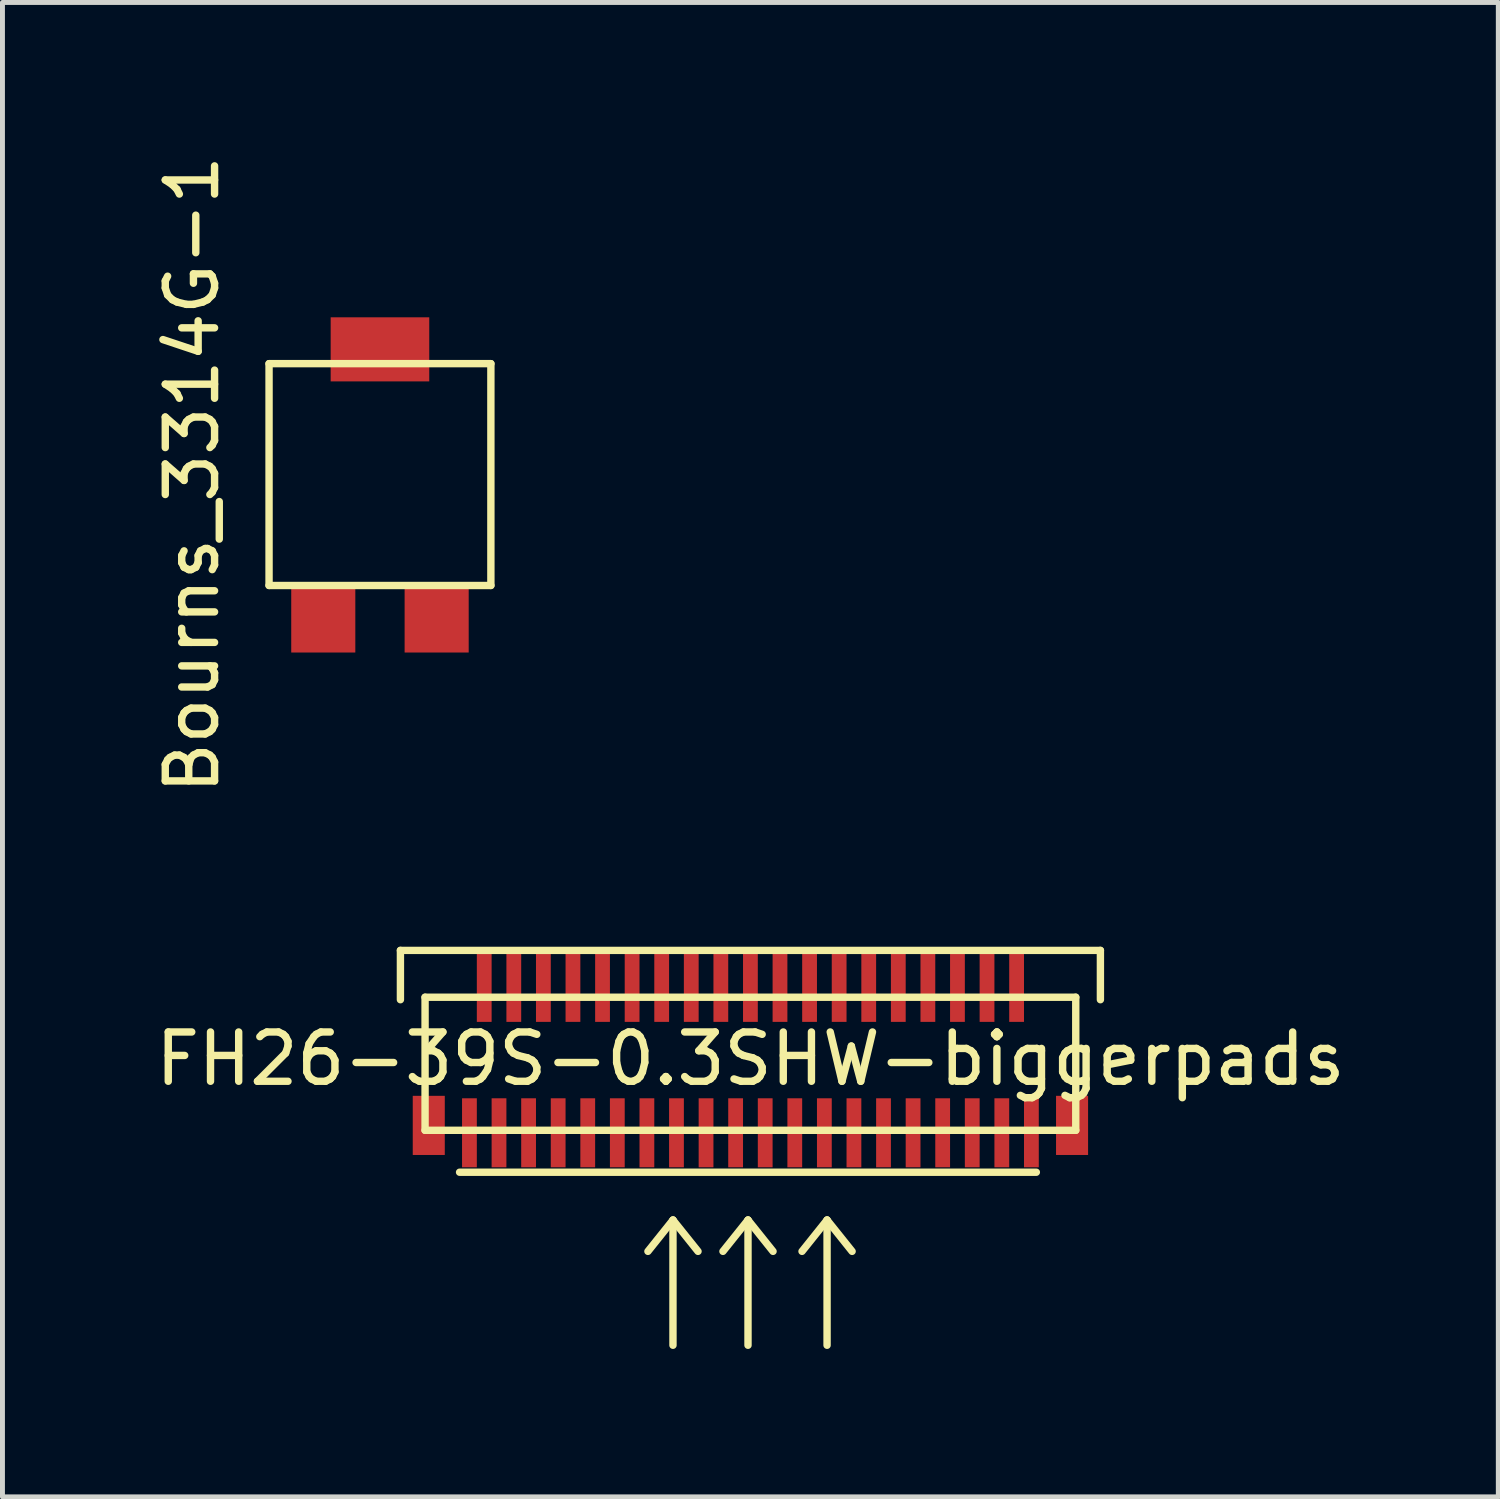
<source format=kicad_pcb>
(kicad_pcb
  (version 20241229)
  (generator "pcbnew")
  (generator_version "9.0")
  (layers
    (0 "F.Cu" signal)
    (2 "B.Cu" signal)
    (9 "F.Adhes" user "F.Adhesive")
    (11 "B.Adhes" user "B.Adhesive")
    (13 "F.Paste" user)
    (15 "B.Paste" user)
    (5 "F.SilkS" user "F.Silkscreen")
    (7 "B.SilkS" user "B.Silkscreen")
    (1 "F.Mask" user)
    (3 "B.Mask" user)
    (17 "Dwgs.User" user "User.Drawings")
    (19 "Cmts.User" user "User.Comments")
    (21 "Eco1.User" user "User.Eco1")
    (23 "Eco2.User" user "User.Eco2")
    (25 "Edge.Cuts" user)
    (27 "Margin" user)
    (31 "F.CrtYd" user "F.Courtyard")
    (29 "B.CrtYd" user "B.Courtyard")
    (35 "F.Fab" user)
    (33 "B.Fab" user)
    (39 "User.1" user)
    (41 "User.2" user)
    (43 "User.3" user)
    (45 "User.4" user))
  (footprint "FH26-39S-0.3SHW-biggerpads"
    (layer "F.Cu")
    (at 6.473 19.53)
    (property "Reference" "FH26-39S-0.3SHW-biggerpads" (at 5.7 -1.1 0) (layer "F.SilkS") (effects (font (size 1 1) (thickness 0.15))))
    (attr through_hole)
    (fp_line (start -1.4 -3.3) (end -1.4 -2.3) (stroke (width 0.15) (type solid)) (layer "F.SilkS"))
    (fp_line (start -1.4 -3.3) (end 12.8 -3.3) (stroke (width 0.15) (type solid)) (layer "F.SilkS"))
    (fp_line (start -0.9 -2.35) (end -0.9 0.35) (stroke (width 0.15) (type solid)) (layer "F.SilkS"))
    (fp_line (start -0.9 0.35) (end 12.3 0.35) (stroke (width 0.15) (type solid)) (layer "F.SilkS"))
    (fp_line (start -0.2 1.2) (end 11.5 1.2) (stroke (width 0.15) (type solid)) (layer "F.SilkS"))
    (fp_line (start 4.129 2.17) (end 3.621 2.805) (stroke (width 0.15) (type solid)) (layer "F.SilkS"))
    (fp_line (start 4.129 2.17) (end 4.637 2.805) (stroke (width 0.15) (type solid)) (layer "F.SilkS"))
    (fp_line (start 4.129 4.71) (end 4.129 2.17) (stroke (width 0.15) (type solid)) (layer "F.SilkS"))
    (fp_line (start 5.651 2.17) (end 5.143 2.805) (stroke (width 0.15) (type solid)) (layer "F.SilkS"))
    (fp_line (start 5.651 2.17) (end 6.159 2.805) (stroke (width 0.15) (type solid)) (layer "F.SilkS"))
    (fp_line (start 5.651 4.71) (end 5.651 2.17) (stroke (width 0.15) (type solid)) (layer "F.SilkS"))
    (fp_line (start 7.255 2.17) (end 6.747 2.805) (stroke (width 0.15) (type solid)) (layer "F.SilkS"))
    (fp_line (start 7.255 2.17) (end 7.763 2.805) (stroke (width 0.15) (type solid)) (layer "F.SilkS"))
    (fp_line (start 7.255 4.71) (end 7.255 2.17) (stroke (width 0.15) (type solid)) (layer "F.SilkS"))
    (fp_line (start 12.3 -2.35) (end -0.9 -2.35) (stroke (width 0.15) (type solid)) (layer "F.SilkS"))
    (fp_line (start 12.3 0.35) (end 12.3 -2.35) (stroke (width 0.15) (type solid)) (layer "F.SilkS"))
    (fp_line (start 12.8 -3.3) (end 12.8 -2.3) (stroke (width 0.15) (type solid)) (layer "F.SilkS"))
    (pad "1" smd rect (at 0 0) (size 0.3 1.4) (drill (offset 0 0.4)) (layers "F.Cu" "F.Mask" "F.Paste"))
    (pad "2" smd rect (at 0.3 -2.15) (size 0.3 1.4) (drill (offset 0 -0.4)) (layers "F.Cu" "F.Mask" "F.Paste"))
    (pad "3" smd rect (at 0.6 0) (size 0.3 1.4) (drill (offset 0 0.4)) (layers "F.Cu" "F.Mask" "F.Paste"))
    (pad "4" smd rect (at 0.9 -2.15) (size 0.3 1.4) (drill (offset 0 -0.4)) (layers "F.Cu" "F.Mask" "F.Paste"))
    (pad "5" smd rect (at 1.2 0) (size 0.3 1.4) (drill (offset 0 0.4)) (layers "F.Cu" "F.Mask" "F.Paste"))
    (pad "6" smd rect (at 1.5 -2.15) (size 0.3 1.4) (drill (offset 0 -0.4)) (layers "F.Cu" "F.Mask" "F.Paste"))
    (pad "7" smd rect (at 1.8 0) (size 0.3 1.4) (drill (offset 0 0.4)) (layers "F.Cu" "F.Mask" "F.Paste"))
    (pad "8" smd rect (at 2.1 -2.15) (size 0.3 1.4) (drill (offset 0 -0.4)) (layers "F.Cu" "F.Mask" "F.Paste"))
    (pad "9" smd rect (at 2.4 0) (size 0.3 1.4) (drill (offset 0 0.4)) (layers "F.Cu" "F.Mask" "F.Paste"))
    (pad "10" smd rect (at 2.7 -2.15) (size 0.3 1.4) (drill (offset 0 -0.4)) (layers "F.Cu" "F.Mask" "F.Paste"))
    (pad "11" smd rect (at 3 0) (size 0.3 1.4) (drill (offset 0 0.4)) (layers "F.Cu" "F.Mask" "F.Paste"))
    (pad "12" smd rect (at 3.3 -2.15) (size 0.3 1.4) (drill (offset 0 -0.4)) (layers "F.Cu" "F.Mask" "F.Paste"))
    (pad "13" smd rect (at 3.6 0) (size 0.3 1.4) (drill (offset 0 0.4)) (layers "F.Cu" "F.Mask" "F.Paste"))
    (pad "14" smd rect (at 3.9 -2.15) (size 0.3 1.4) (drill (offset 0 -0.4)) (layers "F.Cu" "F.Mask" "F.Paste"))
    (pad "15" smd rect (at 4.2 0) (size 0.3 1.4) (drill (offset 0 0.4)) (layers "F.Cu" "F.Mask" "F.Paste"))
    (pad "16" smd rect (at 4.5 -2.15) (size 0.3 1.4) (drill (offset 0 -0.4)) (layers "F.Cu" "F.Mask" "F.Paste"))
    (pad "17" smd rect (at 4.8 0) (size 0.3 1.4) (drill (offset 0 0.4)) (layers "F.Cu" "F.Mask" "F.Paste"))
    (pad "18" smd rect (at 5.1 -2.15) (size 0.3 1.4) (drill (offset 0 -0.4)) (layers "F.Cu" "F.Mask" "F.Paste"))
    (pad "19" smd rect (at 5.4 0) (size 0.3 1.4) (drill (offset 0 0.4)) (layers "F.Cu" "F.Mask" "F.Paste"))
    (pad "20" smd rect (at 5.7 -2.15) (size 0.3 1.4) (drill (offset 0 -0.4)) (layers "F.Cu" "F.Mask" "F.Paste"))
    (pad "21" smd rect (at 6 0) (size 0.3 1.4) (drill (offset 0 0.4)) (layers "F.Cu" "F.Mask" "F.Paste"))
    (pad "22" smd rect (at 6.3 -2.15) (size 0.3 1.4) (drill (offset 0 -0.4)) (layers "F.Cu" "F.Mask" "F.Paste"))
    (pad "23" smd rect (at 6.6 0) (size 0.3 1.4) (drill (offset 0 0.4)) (layers "F.Cu" "F.Mask" "F.Paste"))
    (pad "24" smd rect (at 6.9 -2.15) (size 0.3 1.4) (drill (offset 0 -0.4)) (layers "F.Cu" "F.Mask" "F.Paste"))
    (pad "25" smd rect (at 7.2 0) (size 0.3 1.4) (drill (offset 0 0.4)) (layers "F.Cu" "F.Mask" "F.Paste"))
    (pad "26" smd rect (at 7.5 -2.15) (size 0.3 1.4) (drill (offset 0 -0.4)) (layers "F.Cu" "F.Mask" "F.Paste"))
    (pad "27" smd rect (at 7.8 0) (size 0.3 1.4) (drill (offset 0 0.4)) (layers "F.Cu" "F.Mask" "F.Paste"))
    (pad "28" smd rect (at 8.1 -2.15) (size 0.3 1.4) (drill (offset 0 -0.4)) (layers "F.Cu" "F.Mask" "F.Paste"))
    (pad "29" smd rect (at 8.4 0) (size 0.3 1.4) (drill (offset 0 0.4)) (layers "F.Cu" "F.Mask" "F.Paste"))
    (pad "30" smd rect (at 8.7 -2.15) (size 0.3 1.4) (drill (offset 0 -0.4)) (layers "F.Cu" "F.Mask" "F.Paste"))
    (pad "31" smd rect (at 9 0) (size 0.3 1.4) (drill (offset 0 0.4)) (layers "F.Cu" "F.Mask" "F.Paste"))
    (pad "32" smd rect (at 9.3 -2.15) (size 0.3 1.4) (drill (offset 0 -0.4)) (layers "F.Cu" "F.Mask" "F.Paste"))
    (pad "33" smd rect (at 9.6 0) (size 0.3 1.4) (drill (offset 0 0.4)) (layers "F.Cu" "F.Mask" "F.Paste"))
    (pad "34" smd rect (at 9.9 -2.15) (size 0.3 1.4) (drill (offset 0 -0.4)) (layers "F.Cu" "F.Mask" "F.Paste"))
    (pad "35" smd rect (at 10.2 0) (size 0.3 1.4) (drill (offset 0 0.4)) (layers "F.Cu" "F.Mask" "F.Paste"))
    (pad "36" smd rect (at 10.5 -2.15) (size 0.3 1.4) (drill (offset 0 -0.4)) (layers "F.Cu" "F.Mask" "F.Paste"))
    (pad "37" smd rect (at 10.8 0) (size 0.3 1.4) (drill (offset 0 0.4)) (layers "F.Cu" "F.Mask" "F.Paste"))
    (pad "38" smd rect (at 11.1 -2.15) (size 0.3 1.4) (drill (offset 0 -0.4)) (layers "F.Cu" "F.Mask" "F.Paste"))
    (pad "39" smd rect (at 11.4 0) (size 0.3 1.4) (drill (offset 0 0.4)) (layers "F.Cu" "F.Mask" "F.Paste"))
    (pad "X1" smd rect (at -0.5 -0.35) (size 0.65 1.2) (drill (offset -0.325 0.6)) (layers "F.Cu" "F.Mask" "F.Paste"))
    (pad "X2" smd rect (at 11.9 -0.35) (size 0.65 1.2) (drill (offset 0.325 0.6)) (layers "F.Cu" "F.Mask" "F.Paste")))
  (footprint "Bourns_3314G-1"
    (layer "F.Cu")
    (at 4.658 6.577)
    (property "Reference" "Bourns_3314G-1" (at -3.81 0 90) (layer "F.SilkS") (effects (font (size 1 1) (thickness 0.15))))
    (attr through_hole)
    (fp_line (start -2.25 -2.25) (end 2.25 -2.25) (stroke (width 0.15) (type solid)) (layer "F.SilkS"))
    (fp_line (start -2.25 2.25) (end -2.25 -2.25) (stroke (width 0.15) (type solid)) (layer "F.SilkS"))
    (fp_line (start 2.25 -2.25) (end 2.25 2.25) (stroke (width 0.15) (type solid)) (layer "F.SilkS"))
    (fp_line (start 2.25 2.25) (end -2.25 2.25) (stroke (width 0.15) (type solid)) (layer "F.SilkS"))
    (pad "1" smd rect (at 1.15 2.96) (size 1.3 1.3) (layers "F.Cu" "F.Mask" "F.Paste"))
    (pad "2" smd rect (at 0 -2.54) (size 2 1.3) (layers "F.Cu" "F.Mask" "F.Paste"))
    (pad "3" smd rect (at -1.15 2.96) (size 1.3 1.3) (layers "F.Cu" "F.Mask" "F.Paste")))
  (gr_rect
    (start -3 -3)
    (end 27.345 27.315)
    (stroke (width 0.1) (type default))
    (fill no)
    (layer "Edge.Cuts")))
</source>
